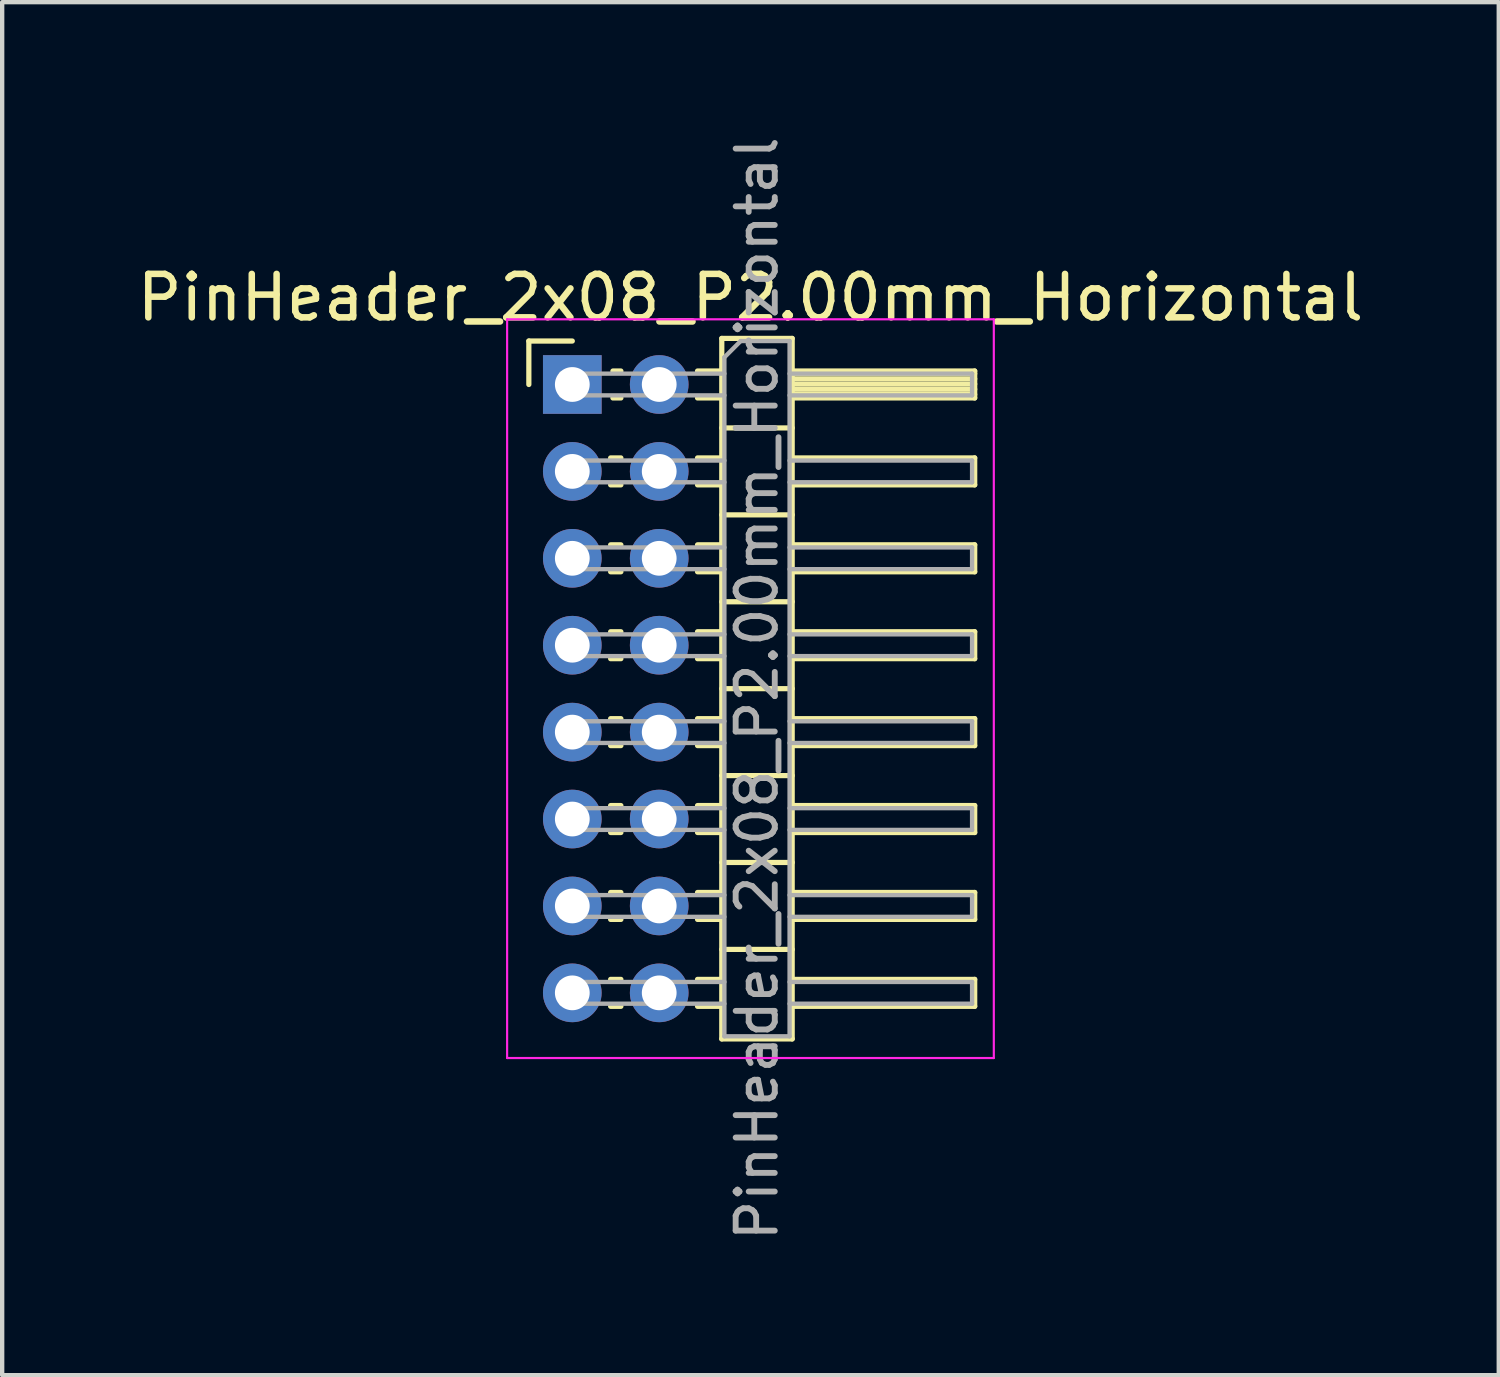
<source format=kicad_pcb>
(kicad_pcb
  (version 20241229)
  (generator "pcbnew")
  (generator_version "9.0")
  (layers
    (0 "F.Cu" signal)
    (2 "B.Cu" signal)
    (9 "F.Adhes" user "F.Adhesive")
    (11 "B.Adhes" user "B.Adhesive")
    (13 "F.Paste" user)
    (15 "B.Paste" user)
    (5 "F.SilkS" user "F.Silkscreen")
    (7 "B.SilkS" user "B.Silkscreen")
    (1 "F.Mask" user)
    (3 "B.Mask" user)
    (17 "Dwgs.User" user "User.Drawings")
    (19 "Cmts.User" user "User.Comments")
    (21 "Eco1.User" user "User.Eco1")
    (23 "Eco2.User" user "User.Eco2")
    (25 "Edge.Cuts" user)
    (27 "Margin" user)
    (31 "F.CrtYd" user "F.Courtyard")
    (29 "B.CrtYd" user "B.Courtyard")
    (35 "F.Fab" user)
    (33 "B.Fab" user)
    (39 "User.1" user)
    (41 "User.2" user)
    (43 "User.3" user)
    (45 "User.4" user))
  (footprint "PinHeader_2x08_P2.00mm_Horizontal"
    (layer "F.Cu")
    (at 10.12 5.798)
    (property "Reference" "PinHeader_2x08_P2.00mm_Horizontal" (at 4.1 -2 0) (layer "F.SilkS") (effects (font (size 1 1) (thickness 0.15))))
    (attr through_hole)
    (fp_line (start -1 -1) (end 0 -1) (stroke (width 0.12) (type solid)) (layer "F.SilkS"))
    (fp_line (start -1 0) (end -1 -1) (stroke (width 0.12) (type solid)) (layer "F.SilkS"))
    (fp_line (start 0.882 1.69) (end 1.118 1.69) (stroke (width 0.12) (type solid)) (layer "F.SilkS"))
    (fp_line (start 0.882 2.31) (end 1.118 2.31) (stroke (width 0.12) (type solid)) (layer "F.SilkS"))
    (fp_line (start 0.882 3.69) (end 1.118 3.69) (stroke (width 0.12) (type solid)) (layer "F.SilkS"))
    (fp_line (start 0.882 4.31) (end 1.118 4.31) (stroke (width 0.12) (type solid)) (layer "F.SilkS"))
    (fp_line (start 0.882 5.69) (end 1.118 5.69) (stroke (width 0.12) (type solid)) (layer "F.SilkS"))
    (fp_line (start 0.882 6.31) (end 1.118 6.31) (stroke (width 0.12) (type solid)) (layer "F.SilkS"))
    (fp_line (start 0.882 7.69) (end 1.118 7.69) (stroke (width 0.12) (type solid)) (layer "F.SilkS"))
    (fp_line (start 0.882 8.31) (end 1.118 8.31) (stroke (width 0.12) (type solid)) (layer "F.SilkS"))
    (fp_line (start 0.882 9.69) (end 1.118 9.69) (stroke (width 0.12) (type solid)) (layer "F.SilkS"))
    (fp_line (start 0.882 10.31) (end 1.118 10.31) (stroke (width 0.12) (type solid)) (layer "F.SilkS"))
    (fp_line (start 0.882 11.69) (end 1.118 11.69) (stroke (width 0.12) (type solid)) (layer "F.SilkS"))
    (fp_line (start 0.882 12.31) (end 1.118 12.31) (stroke (width 0.12) (type solid)) (layer "F.SilkS"))
    (fp_line (start 0.882 13.69) (end 1.118 13.69) (stroke (width 0.12) (type solid)) (layer "F.SilkS"))
    (fp_line (start 0.882 14.31) (end 1.118 14.31) (stroke (width 0.12) (type solid)) (layer "F.SilkS"))
    (fp_line (start 0.935 -0.31) (end 1.118 -0.31) (stroke (width 0.12) (type solid)) (layer "F.SilkS"))
    (fp_line (start 0.935 0.31) (end 1.118 0.31) (stroke (width 0.12) (type solid)) (layer "F.SilkS"))
    (fp_line (start 2.882 -0.31) (end 3.44 -0.31) (stroke (width 0.12) (type solid)) (layer "F.SilkS"))
    (fp_line (start 2.882 0.31) (end 3.44 0.31) (stroke (width 0.12) (type solid)) (layer "F.SilkS"))
    (fp_line (start 2.882 1.69) (end 3.44 1.69) (stroke (width 0.12) (type solid)) (layer "F.SilkS"))
    (fp_line (start 2.882 2.31) (end 3.44 2.31) (stroke (width 0.12) (type solid)) (layer "F.SilkS"))
    (fp_line (start 2.882 3.69) (end 3.44 3.69) (stroke (width 0.12) (type solid)) (layer "F.SilkS"))
    (fp_line (start 2.882 4.31) (end 3.44 4.31) (stroke (width 0.12) (type solid)) (layer "F.SilkS"))
    (fp_line (start 2.882 5.69) (end 3.44 5.69) (stroke (width 0.12) (type solid)) (layer "F.SilkS"))
    (fp_line (start 2.882 6.31) (end 3.44 6.31) (stroke (width 0.12) (type solid)) (layer "F.SilkS"))
    (fp_line (start 2.882 7.69) (end 3.44 7.69) (stroke (width 0.12) (type solid)) (layer "F.SilkS"))
    (fp_line (start 2.882 8.31) (end 3.44 8.31) (stroke (width 0.12) (type solid)) (layer "F.SilkS"))
    (fp_line (start 2.882 9.69) (end 3.44 9.69) (stroke (width 0.12) (type solid)) (layer "F.SilkS"))
    (fp_line (start 2.882 10.31) (end 3.44 10.31) (stroke (width 0.12) (type solid)) (layer "F.SilkS"))
    (fp_line (start 2.882 11.69) (end 3.44 11.69) (stroke (width 0.12) (type solid)) (layer "F.SilkS"))
    (fp_line (start 2.882 12.31) (end 3.44 12.31) (stroke (width 0.12) (type solid)) (layer "F.SilkS"))
    (fp_line (start 2.882 13.69) (end 3.44 13.69) (stroke (width 0.12) (type solid)) (layer "F.SilkS"))
    (fp_line (start 2.882 14.31) (end 3.44 14.31) (stroke (width 0.12) (type solid)) (layer "F.SilkS"))
    (fp_line (start 3.44 -1.06) (end 3.44 15.06) (stroke (width 0.12) (type solid)) (layer "F.SilkS"))
    (fp_line (start 3.44 1) (end 5.06 1) (stroke (width 0.12) (type solid)) (layer "F.SilkS"))
    (fp_line (start 3.44 3) (end 5.06 3) (stroke (width 0.12) (type solid)) (layer "F.SilkS"))
    (fp_line (start 3.44 5) (end 5.06 5) (stroke (width 0.12) (type solid)) (layer "F.SilkS"))
    (fp_line (start 3.44 7) (end 5.06 7) (stroke (width 0.12) (type solid)) (layer "F.SilkS"))
    (fp_line (start 3.44 9) (end 5.06 9) (stroke (width 0.12) (type solid)) (layer "F.SilkS"))
    (fp_line (start 3.44 11) (end 5.06 11) (stroke (width 0.12) (type solid)) (layer "F.SilkS"))
    (fp_line (start 3.44 13) (end 5.06 13) (stroke (width 0.12) (type solid)) (layer "F.SilkS"))
    (fp_line (start 3.44 15.06) (end 5.06 15.06) (stroke (width 0.12) (type solid)) (layer "F.SilkS"))
    (fp_line (start 5.06 -1.06) (end 3.44 -1.06) (stroke (width 0.12) (type solid)) (layer "F.SilkS"))
    (fp_line (start 5.06 -0.31) (end 9.26 -0.31) (stroke (width 0.12) (type solid)) (layer "F.SilkS"))
    (fp_line (start 5.06 -0.25) (end 9.26 -0.25) (stroke (width 0.12) (type solid)) (layer "F.SilkS"))
    (fp_line (start 5.06 -0.13) (end 9.26 -0.13) (stroke (width 0.12) (type solid)) (layer "F.SilkS"))
    (fp_line (start 5.06 -0.01) (end 9.26 -0.01) (stroke (width 0.12) (type solid)) (layer "F.SilkS"))
    (fp_line (start 5.06 0.11) (end 9.26 0.11) (stroke (width 0.12) (type solid)) (layer "F.SilkS"))
    (fp_line (start 5.06 0.23) (end 9.26 0.23) (stroke (width 0.12) (type solid)) (layer "F.SilkS"))
    (fp_line (start 5.06 1.69) (end 9.26 1.69) (stroke (width 0.12) (type solid)) (layer "F.SilkS"))
    (fp_line (start 5.06 3.69) (end 9.26 3.69) (stroke (width 0.12) (type solid)) (layer "F.SilkS"))
    (fp_line (start 5.06 5.69) (end 9.26 5.69) (stroke (width 0.12) (type solid)) (layer "F.SilkS"))
    (fp_line (start 5.06 7.69) (end 9.26 7.69) (stroke (width 0.12) (type solid)) (layer "F.SilkS"))
    (fp_line (start 5.06 9.69) (end 9.26 9.69) (stroke (width 0.12) (type solid)) (layer "F.SilkS"))
    (fp_line (start 5.06 11.69) (end 9.26 11.69) (stroke (width 0.12) (type solid)) (layer "F.SilkS"))
    (fp_line (start 5.06 13.69) (end 9.26 13.69) (stroke (width 0.12) (type solid)) (layer "F.SilkS"))
    (fp_line (start 5.06 15.06) (end 5.06 -1.06) (stroke (width 0.12) (type solid)) (layer "F.SilkS"))
    (fp_line (start 9.26 -0.31) (end 9.26 0.31) (stroke (width 0.12) (type solid)) (layer "F.SilkS"))
    (fp_line (start 9.26 0.31) (end 5.06 0.31) (stroke (width 0.12) (type solid)) (layer "F.SilkS"))
    (fp_line (start 9.26 1.69) (end 9.26 2.31) (stroke (width 0.12) (type solid)) (layer "F.SilkS"))
    (fp_line (start 9.26 2.31) (end 5.06 2.31) (stroke (width 0.12) (type solid)) (layer "F.SilkS"))
    (fp_line (start 9.26 3.69) (end 9.26 4.31) (stroke (width 0.12) (type solid)) (layer "F.SilkS"))
    (fp_line (start 9.26 4.31) (end 5.06 4.31) (stroke (width 0.12) (type solid)) (layer "F.SilkS"))
    (fp_line (start 9.26 5.69) (end 9.26 6.31) (stroke (width 0.12) (type solid)) (layer "F.SilkS"))
    (fp_line (start 9.26 6.31) (end 5.06 6.31) (stroke (width 0.12) (type solid)) (layer "F.SilkS"))
    (fp_line (start 9.26 7.69) (end 9.26 8.31) (stroke (width 0.12) (type solid)) (layer "F.SilkS"))
    (fp_line (start 9.26 8.31) (end 5.06 8.31) (stroke (width 0.12) (type solid)) (layer "F.SilkS"))
    (fp_line (start 9.26 9.69) (end 9.26 10.31) (stroke (width 0.12) (type solid)) (layer "F.SilkS"))
    (fp_line (start 9.26 10.31) (end 5.06 10.31) (stroke (width 0.12) (type solid)) (layer "F.SilkS"))
    (fp_line (start 9.26 11.69) (end 9.26 12.31) (stroke (width 0.12) (type solid)) (layer "F.SilkS"))
    (fp_line (start 9.26 12.31) (end 5.06 12.31) (stroke (width 0.12) (type solid)) (layer "F.SilkS"))
    (fp_line (start 9.26 13.69) (end 9.26 14.31) (stroke (width 0.12) (type solid)) (layer "F.SilkS"))
    (fp_line (start 9.26 14.31) (end 5.06 14.31) (stroke (width 0.12) (type solid)) (layer "F.SilkS"))
    (fp_line (start -1.5 -1.5) (end -1.5 15.5) (stroke (width 0.05) (type solid)) (layer "F.CrtYd"))
    (fp_line (start -1.5 15.5) (end 9.7 15.5) (stroke (width 0.05) (type solid)) (layer "F.CrtYd"))
    (fp_line (start 9.7 -1.5) (end -1.5 -1.5) (stroke (width 0.05) (type solid)) (layer "F.CrtYd"))
    (fp_line (start 9.7 15.5) (end 9.7 -1.5) (stroke (width 0.05) (type solid)) (layer "F.CrtYd"))
    (fp_line (start -0.25 -0.25) (end -0.25 0.25) (stroke (width 0.1) (type solid)) (layer "F.Fab"))
    (fp_line (start -0.25 -0.25) (end 3.5 -0.25) (stroke (width 0.1) (type solid)) (layer "F.Fab"))
    (fp_line (start -0.25 0.25) (end 3.5 0.25) (stroke (width 0.1) (type solid)) (layer "F.Fab"))
    (fp_line (start -0.25 1.75) (end -0.25 2.25) (stroke (width 0.1) (type solid)) (layer "F.Fab"))
    (fp_line (start -0.25 1.75) (end 3.5 1.75) (stroke (width 0.1) (type solid)) (layer "F.Fab"))
    (fp_line (start -0.25 2.25) (end 3.5 2.25) (stroke (width 0.1) (type solid)) (layer "F.Fab"))
    (fp_line (start -0.25 3.75) (end -0.25 4.25) (stroke (width 0.1) (type solid)) (layer "F.Fab"))
    (fp_line (start -0.25 3.75) (end 3.5 3.75) (stroke (width 0.1) (type solid)) (layer "F.Fab"))
    (fp_line (start -0.25 4.25) (end 3.5 4.25) (stroke (width 0.1) (type solid)) (layer "F.Fab"))
    (fp_line (start -0.25 5.75) (end -0.25 6.25) (stroke (width 0.1) (type solid)) (layer "F.Fab"))
    (fp_line (start -0.25 5.75) (end 3.5 5.75) (stroke (width 0.1) (type solid)) (layer "F.Fab"))
    (fp_line (start -0.25 6.25) (end 3.5 6.25) (stroke (width 0.1) (type solid)) (layer "F.Fab"))
    (fp_line (start -0.25 7.75) (end -0.25 8.25) (stroke (width 0.1) (type solid)) (layer "F.Fab"))
    (fp_line (start -0.25 7.75) (end 3.5 7.75) (stroke (width 0.1) (type solid)) (layer "F.Fab"))
    (fp_line (start -0.25 8.25) (end 3.5 8.25) (stroke (width 0.1) (type solid)) (layer "F.Fab"))
    (fp_line (start -0.25 9.75) (end -0.25 10.25) (stroke (width 0.1) (type solid)) (layer "F.Fab"))
    (fp_line (start -0.25 9.75) (end 3.5 9.75) (stroke (width 0.1) (type solid)) (layer "F.Fab"))
    (fp_line (start -0.25 10.25) (end 3.5 10.25) (stroke (width 0.1) (type solid)) (layer "F.Fab"))
    (fp_line (start -0.25 11.75) (end -0.25 12.25) (stroke (width 0.1) (type solid)) (layer "F.Fab"))
    (fp_line (start -0.25 11.75) (end 3.5 11.75) (stroke (width 0.1) (type solid)) (layer "F.Fab"))
    (fp_line (start -0.25 12.25) (end 3.5 12.25) (stroke (width 0.1) (type solid)) (layer "F.Fab"))
    (fp_line (start -0.25 13.75) (end -0.25 14.25) (stroke (width 0.1) (type solid)) (layer "F.Fab"))
    (fp_line (start -0.25 13.75) (end 3.5 13.75) (stroke (width 0.1) (type solid)) (layer "F.Fab"))
    (fp_line (start -0.25 14.25) (end 3.5 14.25) (stroke (width 0.1) (type solid)) (layer "F.Fab"))
    (fp_line (start 3.5 -0.625) (end 3.875 -1) (stroke (width 0.1) (type solid)) (layer "F.Fab"))
    (fp_line (start 3.5 15) (end 3.5 -0.625) (stroke (width 0.1) (type solid)) (layer "F.Fab"))
    (fp_line (start 3.875 -1) (end 5 -1) (stroke (width 0.1) (type solid)) (layer "F.Fab"))
    (fp_line (start 5 -1) (end 5 15) (stroke (width 0.1) (type solid)) (layer "F.Fab"))
    (fp_line (start 5 -0.25) (end 9.2 -0.25) (stroke (width 0.1) (type solid)) (layer "F.Fab"))
    (fp_line (start 5 0.25) (end 9.2 0.25) (stroke (width 0.1) (type solid)) (layer "F.Fab"))
    (fp_line (start 5 1.75) (end 9.2 1.75) (stroke (width 0.1) (type solid)) (layer "F.Fab"))
    (fp_line (start 5 2.25) (end 9.2 2.25) (stroke (width 0.1) (type solid)) (layer "F.Fab"))
    (fp_line (start 5 3.75) (end 9.2 3.75) (stroke (width 0.1) (type solid)) (layer "F.Fab"))
    (fp_line (start 5 4.25) (end 9.2 4.25) (stroke (width 0.1) (type solid)) (layer "F.Fab"))
    (fp_line (start 5 5.75) (end 9.2 5.75) (stroke (width 0.1) (type solid)) (layer "F.Fab"))
    (fp_line (start 5 6.25) (end 9.2 6.25) (stroke (width 0.1) (type solid)) (layer "F.Fab"))
    (fp_line (start 5 7.75) (end 9.2 7.75) (stroke (width 0.1) (type solid)) (layer "F.Fab"))
    (fp_line (start 5 8.25) (end 9.2 8.25) (stroke (width 0.1) (type solid)) (layer "F.Fab"))
    (fp_line (start 5 9.75) (end 9.2 9.75) (stroke (width 0.1) (type solid)) (layer "F.Fab"))
    (fp_line (start 5 10.25) (end 9.2 10.25) (stroke (width 0.1) (type solid)) (layer "F.Fab"))
    (fp_line (start 5 11.75) (end 9.2 11.75) (stroke (width 0.1) (type solid)) (layer "F.Fab"))
    (fp_line (start 5 12.25) (end 9.2 12.25) (stroke (width 0.1) (type solid)) (layer "F.Fab"))
    (fp_line (start 5 13.75) (end 9.2 13.75) (stroke (width 0.1) (type solid)) (layer "F.Fab"))
    (fp_line (start 5 14.25) (end 9.2 14.25) (stroke (width 0.1) (type solid)) (layer "F.Fab"))
    (fp_line (start 5 15) (end 3.5 15) (stroke (width 0.1) (type solid)) (layer "F.Fab"))
    (fp_line (start 9.2 -0.25) (end 9.2 0.25) (stroke (width 0.1) (type solid)) (layer "F.Fab"))
    (fp_line (start 9.2 1.75) (end 9.2 2.25) (stroke (width 0.1) (type solid)) (layer "F.Fab"))
    (fp_line (start 9.2 3.75) (end 9.2 4.25) (stroke (width 0.1) (type solid)) (layer "F.Fab"))
    (fp_line (start 9.2 5.75) (end 9.2 6.25) (stroke (width 0.1) (type solid)) (layer "F.Fab"))
    (fp_line (start 9.2 7.75) (end 9.2 8.25) (stroke (width 0.1) (type solid)) (layer "F.Fab"))
    (fp_line (start 9.2 9.75) (end 9.2 10.25) (stroke (width 0.1) (type solid)) (layer "F.Fab"))
    (fp_line (start 9.2 11.75) (end 9.2 12.25) (stroke (width 0.1) (type solid)) (layer "F.Fab"))
    (fp_line (start 9.2 13.75) (end 9.2 14.25) (stroke (width 0.1) (type solid)) (layer "F.Fab"))
    (fp_text user "${REFERENCE}" (at 4.25 7 90) (layer "F.Fab") (effects (font (size 0.9 0.9) (thickness 0.135))))
    (pad "1" thru_hole rect (at 0 0) (size 1.35 1.35) (drill 0.8) (layers "*.Cu" "*.Mask"))
    (pad "2" thru_hole oval (at 2 0) (size 1.35 1.35) (drill 0.8) (layers "*.Cu" "*.Mask"))
    (pad "3" thru_hole oval (at 0 2) (size 1.35 1.35) (drill 0.8) (layers "*.Cu" "*.Mask"))
    (pad "4" thru_hole oval (at 2 2) (size 1.35 1.35) (drill 0.8) (layers "*.Cu" "*.Mask"))
    (pad "5" thru_hole oval (at 0 4) (size 1.35 1.35) (drill 0.8) (layers "*.Cu" "*.Mask"))
    (pad "6" thru_hole oval (at 2 4) (size 1.35 1.35) (drill 0.8) (layers "*.Cu" "*.Mask"))
    (pad "7" thru_hole oval (at 0 6) (size 1.35 1.35) (drill 0.8) (layers "*.Cu" "*.Mask"))
    (pad "8" thru_hole oval (at 2 6) (size 1.35 1.35) (drill 0.8) (layers "*.Cu" "*.Mask"))
    (pad "9" thru_hole oval (at 0 8) (size 1.35 1.35) (drill 0.8) (layers "*.Cu" "*.Mask"))
    (pad "10" thru_hole oval (at 2 8) (size 1.35 1.35) (drill 0.8) (layers "*.Cu" "*.Mask"))
    (pad "11" thru_hole oval (at 0 10) (size 1.35 1.35) (drill 0.8) (layers "*.Cu" "*.Mask"))
    (pad "12" thru_hole oval (at 2 10) (size 1.35 1.35) (drill 0.8) (layers "*.Cu" "*.Mask"))
    (pad "13" thru_hole oval (at 0 12) (size 1.35 1.35) (drill 0.8) (layers "*.Cu" "*.Mask"))
    (pad "14" thru_hole oval (at 2 12) (size 1.35 1.35) (drill 0.8) (layers "*.Cu" "*.Mask"))
    (pad "15" thru_hole oval (at 0 14) (size 1.35 1.35) (drill 0.8) (layers "*.Cu" "*.Mask"))
    (pad "16" thru_hole oval (at 2 14) (size 1.35 1.35) (drill 0.8) (layers "*.Cu" "*.Mask")))
  (gr_rect
    (start -3 -3)
    (end 31.44 28.596)
    (stroke (width 0.1) (type default))
    (fill no)
    (layer "Edge.Cuts")))
</source>
